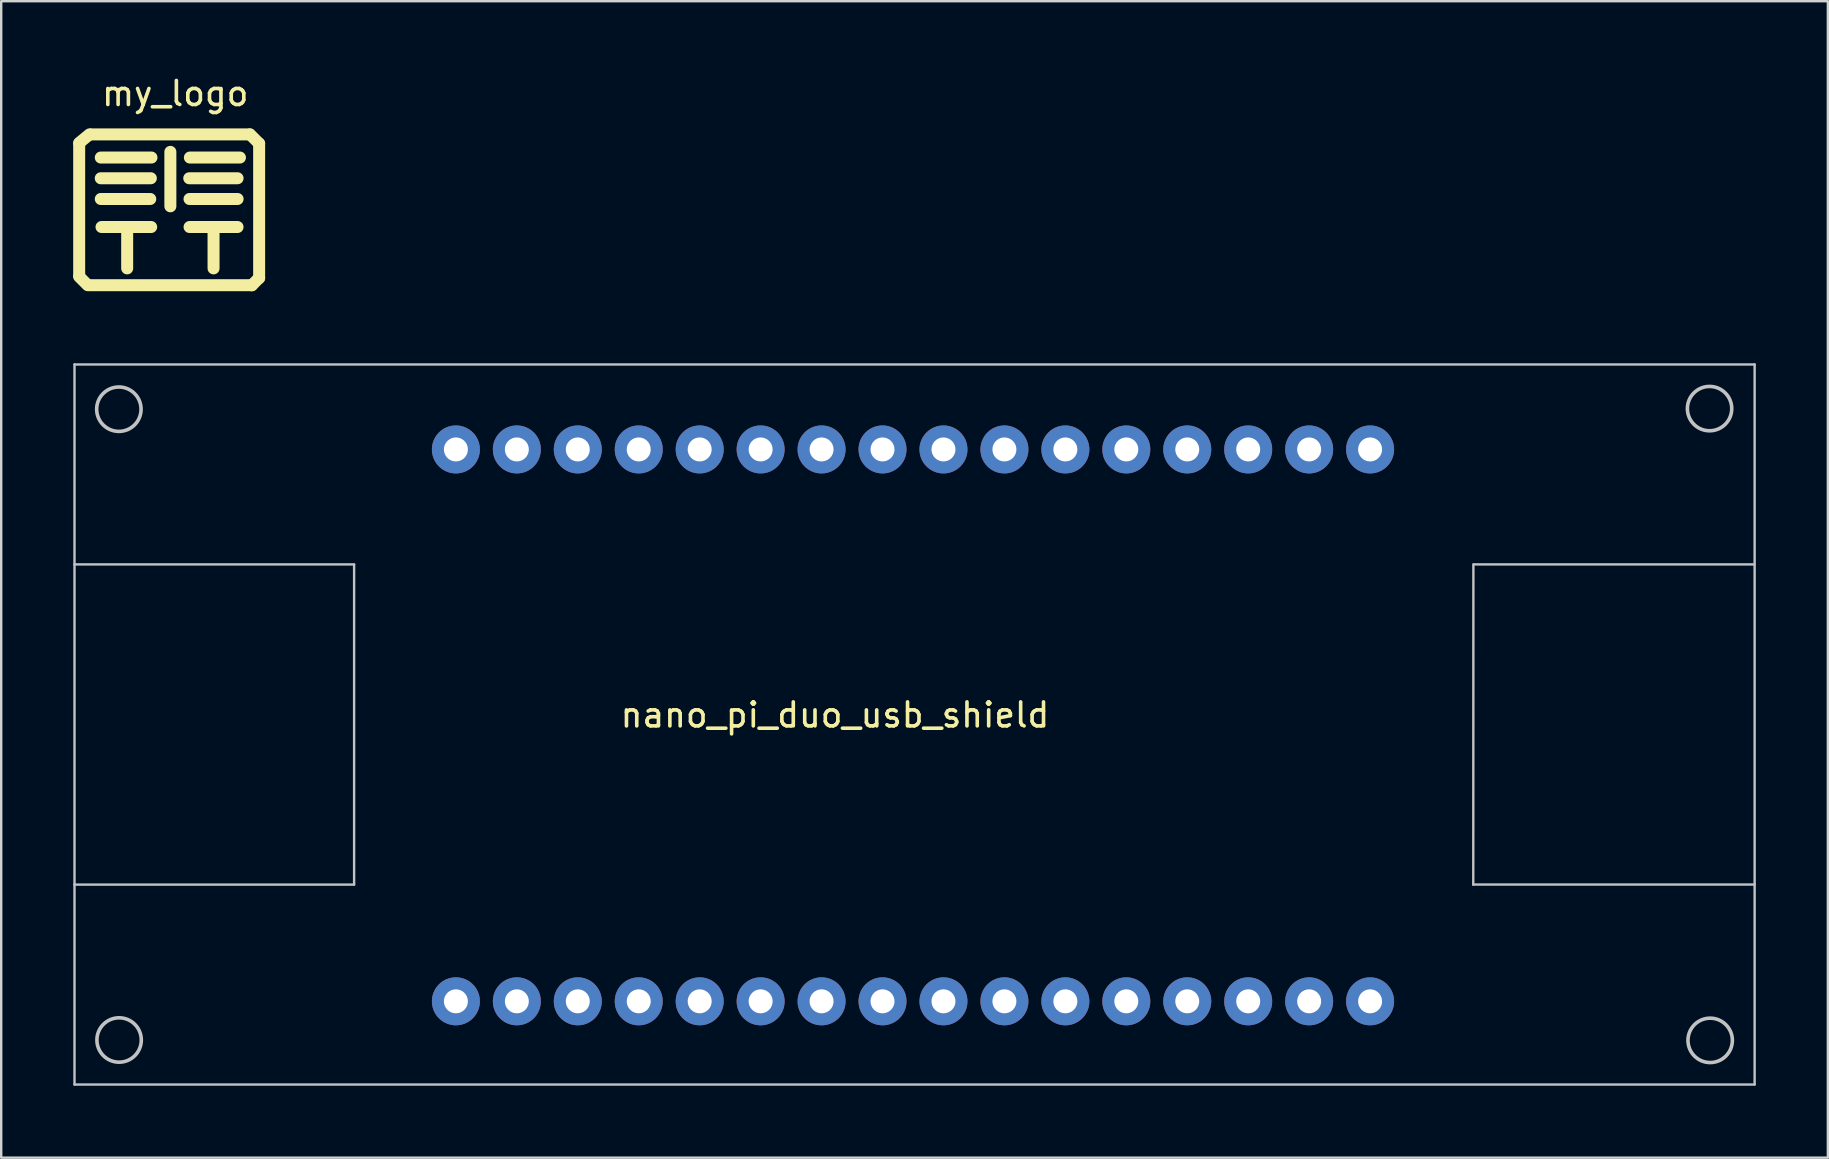
<source format=kicad_pcb>
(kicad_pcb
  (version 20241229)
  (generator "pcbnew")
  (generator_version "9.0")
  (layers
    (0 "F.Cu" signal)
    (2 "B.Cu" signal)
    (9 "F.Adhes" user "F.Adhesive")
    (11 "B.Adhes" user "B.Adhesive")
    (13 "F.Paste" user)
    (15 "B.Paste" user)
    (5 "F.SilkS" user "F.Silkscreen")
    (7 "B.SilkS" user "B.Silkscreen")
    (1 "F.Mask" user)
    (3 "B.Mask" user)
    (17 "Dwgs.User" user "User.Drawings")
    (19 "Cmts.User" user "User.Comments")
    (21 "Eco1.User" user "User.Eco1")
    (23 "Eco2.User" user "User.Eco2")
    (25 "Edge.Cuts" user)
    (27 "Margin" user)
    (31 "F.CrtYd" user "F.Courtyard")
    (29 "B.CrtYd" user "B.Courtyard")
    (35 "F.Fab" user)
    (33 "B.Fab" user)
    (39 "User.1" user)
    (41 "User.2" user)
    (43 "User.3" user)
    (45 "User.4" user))
  (footprint "my_logo"
    (layer "F.Cu")
    (at 4.05 6.335)
    (property "Reference" "my_logo" (at 0.203 -5.486 0) (layer "F.SilkS") (effects (font (size 1 1) (thickness 0.15))))
    (attr exclude_from_pos_files exclude_from_bom)
    (fp_line (start -3.8 -3.429) (end -3.368 -3.785) (stroke (width 0.5) (type solid)) (layer "F.SilkS"))
    (fp_line (start -3.8 2.101) (end -3.8 -3.404) (stroke (width 0.5) (type solid)) (layer "F.SilkS"))
    (fp_line (start -3.444 2.5) (end -3.8 2.144) (stroke (width 0.5) (type solid)) (layer "F.SilkS"))
    (fp_line (start -3.3 -3.785) (end 3.3 -3.785) (stroke (width 0.5) (type solid)) (layer "F.SilkS"))
    (fp_line (start -2.901 -1.956) (end -0.813 -1.956) (stroke (width 0.5) (type solid)) (layer "F.SilkS"))
    (fp_line (start -2.9 -2.819) (end -0.787 -2.819) (stroke (width 0.5) (type solid)) (layer "F.SilkS"))
    (fp_line (start -2.9 -1.092) (end -0.838 -1.092) (stroke (width 0.5) (type solid)) (layer "F.SilkS"))
    (fp_line (start -1.8 0.076) (end -1.8 1.8) (stroke (width 0.5) (type solid)) (layer "F.SilkS"))
    (fp_line (start -0.8 0.076) (end -2.869 0.076) (stroke (width 0.5) (type solid)) (layer "F.SilkS"))
    (fp_line (start -0.787 -2.819) (end -0.787 -2.819) (stroke (width 0.15) (type solid)) (layer "F.SilkS"))
    (fp_line (start 0 -0.787) (end 0 -3.056) (stroke (width 0.5) (type solid)) (layer "F.SilkS"))
    (fp_line (start 0.787 -1.956) (end 2.801 -1.956) (stroke (width 0.5) (type solid)) (layer "F.SilkS"))
    (fp_line (start 0.798 -1.092) (end 2.802 -1.092) (stroke (width 0.5) (type solid)) (layer "F.SilkS"))
    (fp_line (start 0.813 -2.819) (end 2.9 -2.819) (stroke (width 0.5) (type solid)) (layer "F.SilkS"))
    (fp_line (start 1.8 0.076) (end 1.8 1.8) (stroke (width 0.5) (type solid)) (layer "F.SilkS"))
    (fp_line (start 2.8 0.076) (end 0.8 0.076) (stroke (width 0.5) (type solid)) (layer "F.SilkS"))
    (fp_line (start 3.319 -3.785) (end 3.7 -3.404) (stroke (width 0.5) (type solid)) (layer "F.SilkS"))
    (fp_line (start 3.4 2.5) (end -3.4 2.5) (stroke (width 0.5) (type solid)) (layer "F.SilkS"))
    (fp_line (start 3.7 -3.4) (end 3.7 2.204) (stroke (width 0.5) (type solid)) (layer "F.SilkS"))
    (fp_line (start 3.7 2.2) (end 3.395 2.505) (stroke (width 0.5) (type solid)) (layer "F.SilkS")))
  (footprint "nano_pi_duo_usb_shield"
    (layer "F.Cu")
    (at 31.749 26.247)
    (property "Reference" "nano_pi_duo_usb_shield" (at 0 0.5 0) (layer "F.SilkS") (effects (font (size 1 1) (thickness 0.15))))
    (attr through_hole)
    (fp_line (start -31.699 -5.775) (end -20.04 -5.775) (stroke (width 0.1) (type solid)) (layer "Dwgs.User"))
    (fp_line (start -31.694 -14.108) (end 38.327 -14.108) (stroke (width 0.1) (type solid)) (layer "Dwgs.User"))
    (fp_line (start -31.694 15.901) (end -31.694 -14.108) (stroke (width 0.1) (type solid)) (layer "Dwgs.User"))
    (fp_line (start -20.041 -5.766) (end -20.041 7.569) (stroke (width 0.1) (type solid)) (layer "Dwgs.User"))
    (fp_line (start -20.041 7.569) (end -31.699 7.569) (stroke (width 0.1) (type solid)) (layer "Dwgs.User"))
    (fp_line (start 26.601 7.569) (end 26.606 -5.775) (stroke (width 0.1) (type solid)) (layer "Dwgs.User"))
    (fp_line (start 26.619 -5.775) (end 38.303 -5.775) (stroke (width 0.1) (type solid)) (layer "Dwgs.User"))
    (fp_line (start 38.327 -14.108) (end 38.327 15.901) (stroke (width 0.1) (type solid)) (layer "Dwgs.User"))
    (fp_line (start 38.327 15.901) (end -31.694 15.901) (stroke (width 0.1) (type solid)) (layer "Dwgs.User"))
    (fp_line (start 38.329 7.568) (end 26.594 7.568) (stroke (width 0.1) (type solid)) (layer "Dwgs.User"))
    (fp_circle (center -29.845 -12.243) (end -29.286 -11.506) (stroke (width 0.15) (type solid)) (fill no) (layer "Dwgs.User"))
    (fp_circle (center -29.835 14.046) (end -29.276 14.783) (stroke (width 0.15) (type solid)) (fill no) (layer "Dwgs.User"))
    (fp_circle (center 36.449 -12.268) (end 37.008 -11.532) (stroke (width 0.15) (type solid)) (fill no) (layer "Dwgs.User"))
    (fp_circle (center 36.474 14.061) (end 37.033 14.798) (stroke (width 0.15) (type solid)) (fill no) (layer "Dwgs.User"))
    (pad "1" thru_hole circle (at -15.799 -10.566) (size 2 2) (drill 1) (layers "*.Cu" "*.Mask"))
    (pad "2" thru_hole circle (at -13.259 -10.566) (size 2 2) (drill 1) (layers "*.Cu" "*.Mask"))
    (pad "3" thru_hole circle (at -10.719 -10.566) (size 2 2) (drill 1) (layers "*.Cu" "*.Mask"))
    (pad "4" thru_hole circle (at -8.179 -10.566) (size 2 2) (drill 1) (layers "*.Cu" "*.Mask"))
    (pad "5" thru_hole circle (at -5.639 -10.566) (size 2 2) (drill 1) (layers "*.Cu" "*.Mask"))
    (pad "6" thru_hole circle (at -3.099 -10.566) (size 2 2) (drill 1) (layers "*.Cu" "*.Mask"))
    (pad "7" thru_hole circle (at -0.559 -10.566) (size 2 2) (drill 1) (layers "*.Cu" "*.Mask"))
    (pad "8" thru_hole circle (at 1.981 -10.566) (size 2 2) (drill 1) (layers "*.Cu" "*.Mask"))
    (pad "9" thru_hole circle (at 4.521 -10.566) (size 2 2) (drill 1) (layers "*.Cu" "*.Mask"))
    (pad "10" thru_hole circle (at 7.061 -10.566) (size 2 2) (drill 1) (layers "*.Cu" "*.Mask"))
    (pad "11" thru_hole circle (at 9.601 -10.566) (size 2 2) (drill 1) (layers "*.Cu" "*.Mask"))
    (pad "12" thru_hole circle (at 12.141 -10.566) (size 2 2) (drill 1) (layers "*.Cu" "*.Mask"))
    (pad "13" thru_hole circle (at 14.681 -10.566) (size 2 2) (drill 1) (layers "*.Cu" "*.Mask"))
    (pad "14" thru_hole circle (at 17.221 -10.566) (size 2 2) (drill 1) (layers "*.Cu" "*.Mask"))
    (pad "15" thru_hole circle (at 19.761 -10.566) (size 2 2) (drill 1) (layers "*.Cu" "*.Mask"))
    (pad "16" thru_hole circle (at 22.301 -10.566) (size 2 2) (drill 1) (layers "*.Cu" "*.Mask"))
    (pad "17" thru_hole circle (at 22.301 12.434) (size 2 2) (drill 1) (layers "*.Cu" "*.Mask"))
    (pad "18" thru_hole circle (at 19.761 12.434) (size 2 2) (drill 1) (layers "*.Cu" "*.Mask"))
    (pad "19" thru_hole circle (at 17.221 12.434) (size 2 2) (drill 1) (layers "*.Cu" "*.Mask"))
    (pad "20" thru_hole circle (at 14.681 12.434) (size 2 2) (drill 1) (layers "*.Cu" "*.Mask"))
    (pad "21" thru_hole circle (at 12.141 12.434) (size 2 2) (drill 1) (layers "*.Cu" "*.Mask"))
    (pad "22" thru_hole circle (at 9.601 12.434) (size 2 2) (drill 1) (layers "*.Cu" "*.Mask"))
    (pad "23" thru_hole circle (at 7.061 12.434) (size 2 2) (drill 1) (layers "*.Cu" "*.Mask"))
    (pad "24" thru_hole circle (at 4.521 12.434) (size 2 2) (drill 1) (layers "*.Cu" "*.Mask"))
    (pad "25" thru_hole circle (at 1.981 12.434) (size 2 2) (drill 1) (layers "*.Cu" "*.Mask"))
    (pad "26" thru_hole circle (at -0.559 12.434) (size 2 2) (drill 1) (layers "*.Cu" "*.Mask"))
    (pad "27" thru_hole circle (at -3.099 12.434) (size 2 2) (drill 1) (layers "*.Cu" "*.Mask"))
    (pad "28" thru_hole circle (at -5.639 12.434) (size 2 2) (drill 1) (layers "*.Cu" "*.Mask"))
    (pad "29" thru_hole circle (at -8.179 12.434) (size 2 2) (drill 1) (layers "*.Cu" "*.Mask"))
    (pad "30" thru_hole circle (at -10.719 12.434) (size 2 2) (drill 1) (layers "*.Cu" "*.Mask"))
    (pad "31" thru_hole circle (at -13.259 12.434) (size 2 2) (drill 1) (layers "*.Cu" "*.Mask"))
    (pad "32" thru_hole circle (at -15.799 12.434) (size 2 2) (drill 1) (layers "*.Cu" "*.Mask")))
  (gr_rect
    (start -3 -3)
    (end 73.128 45.198)
    (stroke (width 0.1) (type default))
    (fill no)
    (layer "Edge.Cuts")))
</source>
